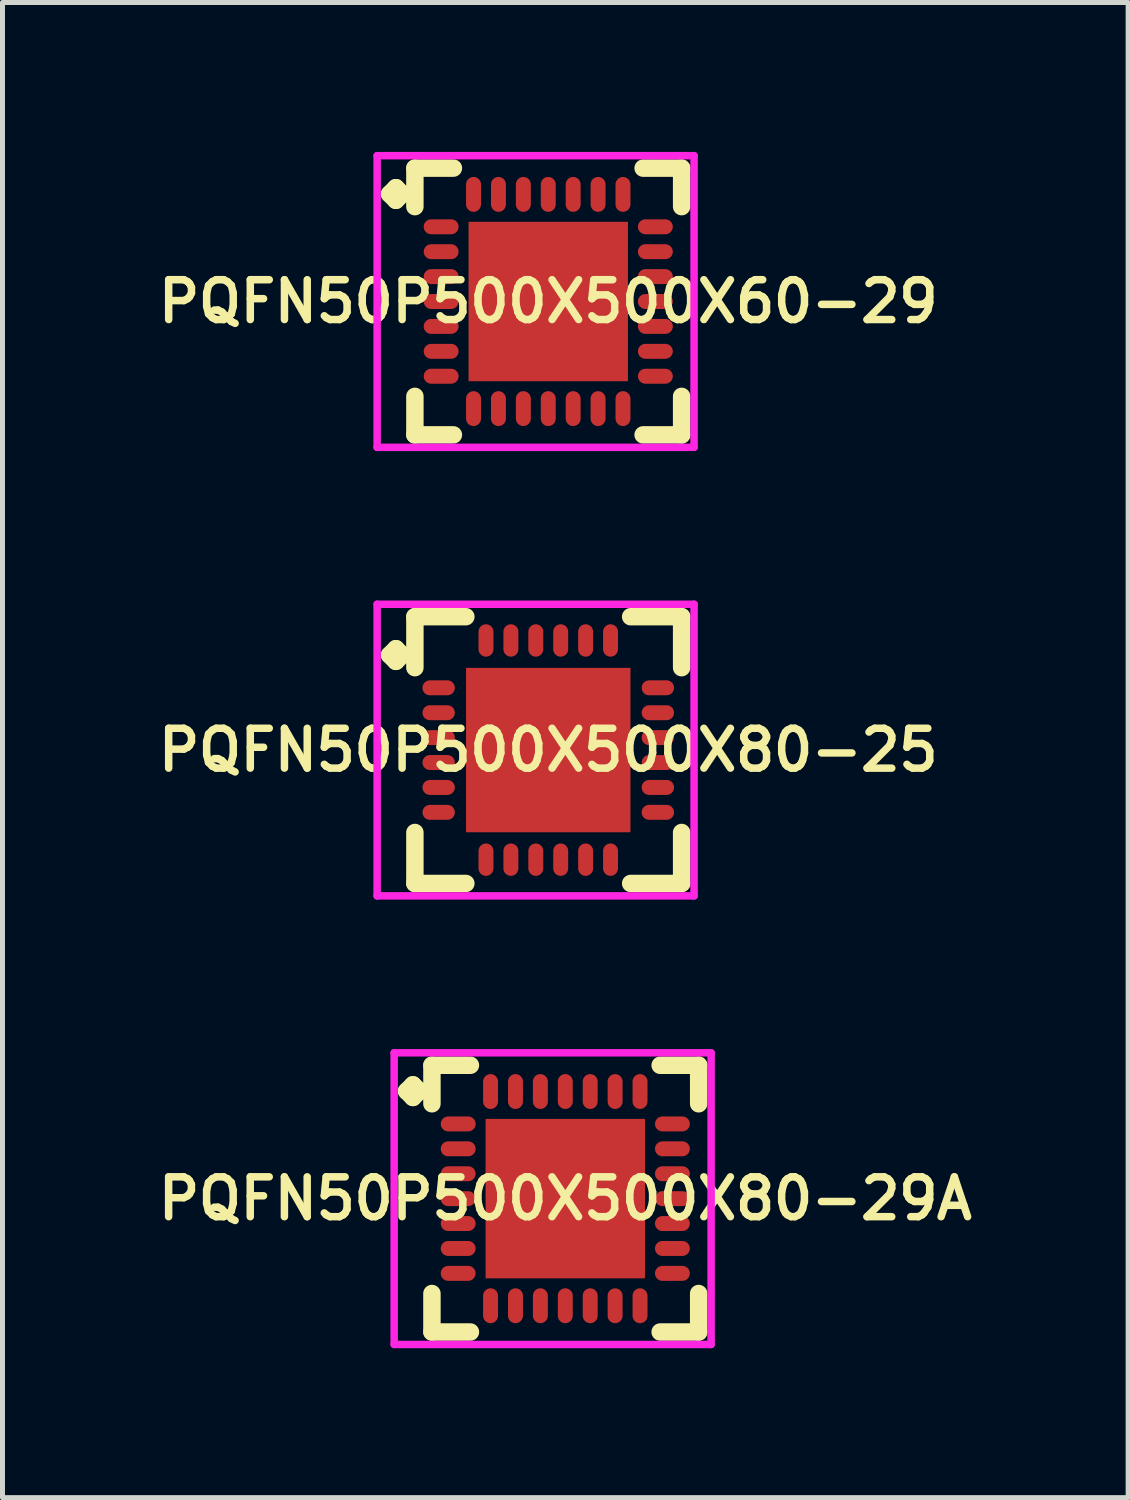
<source format=kicad_pcb>
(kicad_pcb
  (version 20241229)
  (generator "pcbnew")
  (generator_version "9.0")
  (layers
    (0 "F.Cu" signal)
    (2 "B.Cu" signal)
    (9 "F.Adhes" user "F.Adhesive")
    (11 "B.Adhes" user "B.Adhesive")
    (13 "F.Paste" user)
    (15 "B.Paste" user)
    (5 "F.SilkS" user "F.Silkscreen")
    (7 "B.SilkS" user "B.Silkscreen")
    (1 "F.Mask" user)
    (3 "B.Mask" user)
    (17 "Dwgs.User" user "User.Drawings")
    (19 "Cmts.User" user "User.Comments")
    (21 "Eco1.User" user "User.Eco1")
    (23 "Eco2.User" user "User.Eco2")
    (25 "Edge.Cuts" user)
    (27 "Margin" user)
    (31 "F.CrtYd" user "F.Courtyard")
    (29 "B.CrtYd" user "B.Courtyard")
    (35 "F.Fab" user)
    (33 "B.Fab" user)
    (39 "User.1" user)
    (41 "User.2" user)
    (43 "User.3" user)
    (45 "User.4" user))
  (footprint "PQFN50P500X500X80-29A"
    (layer "F.Cu")
    (at 8.297 21.01)
    (property "Reference" "PQFN50P500X500X80-29A" (at 0 0 0) (layer "F.SilkS") (effects (font (size 0.8 0.8) (thickness 0.15))))
    (attr smd)
    (fp_line (start -3.185 -2.158) (end -3.058 -2.285) (stroke (width 0.35) (type solid)) (layer "F.SilkS"))
    (fp_line (start -3.058 -2.285) (end -2.931 -2.158) (stroke (width 0.35) (type solid)) (layer "F.SilkS"))
    (fp_line (start -3.058 -2.031) (end -3.185 -2.158) (stroke (width 0.35) (type solid)) (layer "F.SilkS"))
    (fp_line (start -2.931 -2.158) (end -3.058 -2.031) (stroke (width 0.35) (type solid)) (layer "F.SilkS"))
    (fp_line (start -2.677 -2.677) (end -1.904 -2.677) (stroke (width 0.35) (type solid)) (layer "F.SilkS"))
    (fp_line (start -2.677 -1.904) (end -2.677 -2.677) (stroke (width 0.35) (type solid)) (layer "F.SilkS"))
    (fp_line (start -2.677 1.904) (end -2.677 2.677) (stroke (width 0.35) (type solid)) (layer "F.SilkS"))
    (fp_line (start -2.677 2.677) (end -1.904 2.677) (stroke (width 0.35) (type solid)) (layer "F.SilkS"))
    (fp_line (start 1.904 -2.677) (end 2.677 -2.677) (stroke (width 0.35) (type solid)) (layer "F.SilkS"))
    (fp_line (start 1.904 2.677) (end 2.677 2.677) (stroke (width 0.35) (type solid)) (layer "F.SilkS"))
    (fp_line (start 2.677 -2.677) (end 2.677 -1.904) (stroke (width 0.35) (type solid)) (layer "F.SilkS"))
    (fp_line (start 2.677 2.677) (end 2.677 1.904) (stroke (width 0.35) (type solid)) (layer "F.SilkS"))
    (fp_line (start -3.435 -2.927) (end 2.927 -2.927) (stroke (width 0.15) (type solid)) (layer "F.CrtYd"))
    (fp_line (start -3.435 2.927) (end -3.435 -2.927) (stroke (width 0.15) (type solid)) (layer "F.CrtYd"))
    (fp_line (start 2.927 -2.927) (end 2.927 2.927) (stroke (width 0.15) (type solid)) (layer "F.CrtYd"))
    (fp_line (start 2.927 2.927) (end -3.435 2.927) (stroke (width 0.15) (type solid)) (layer "F.CrtYd"))
    (pad "1" smd oval (at -2.15 -1.5) (size 0.7 0.3) (layers "F.Cu" "F.Mask" "F.Paste"))
    (pad "2" smd oval (at -2.15 -1) (size 0.7 0.3) (layers "F.Cu" "F.Mask" "F.Paste"))
    (pad "3" smd oval (at -2.15 -0.5) (size 0.7 0.3) (layers "F.Cu" "F.Mask" "F.Paste"))
    (pad "4" smd oval (at -2.15 0) (size 0.7 0.3) (layers "F.Cu" "F.Mask" "F.Paste"))
    (pad "5" smd oval (at -2.15 0.5) (size 0.7 0.3) (layers "F.Cu" "F.Mask" "F.Paste"))
    (pad "6" smd oval (at -2.15 1) (size 0.7 0.3) (layers "F.Cu" "F.Mask" "F.Paste"))
    (pad "7" smd oval (at -2.15 1.5) (size 0.7 0.3) (layers "F.Cu" "F.Mask" "F.Paste"))
    (pad "8" smd oval (at -1.5 2.15) (size 0.3 0.7) (layers "F.Cu" "F.Mask" "F.Paste"))
    (pad "9" smd oval (at -1 2.15) (size 0.3 0.7) (layers "F.Cu" "F.Mask" "F.Paste"))
    (pad "10" smd oval (at -0.5 2.15) (size 0.3 0.7) (layers "F.Cu" "F.Mask" "F.Paste"))
    (pad "11" smd oval (at 0 2.15) (size 0.3 0.7) (layers "F.Cu" "F.Mask" "F.Paste"))
    (pad "12" smd oval (at 0.5 2.15) (size 0.3 0.7) (layers "F.Cu" "F.Mask" "F.Paste"))
    (pad "13" smd oval (at 1 2.15) (size 0.3 0.7) (layers "F.Cu" "F.Mask" "F.Paste"))
    (pad "14" smd oval (at 1.5 2.15) (size 0.3 0.7) (layers "F.Cu" "F.Mask" "F.Paste"))
    (pad "15" smd oval (at 2.15 1.5) (size 0.7 0.3) (layers "F.Cu" "F.Mask" "F.Paste"))
    (pad "16" smd oval (at 2.15 1) (size 0.7 0.3) (layers "F.Cu" "F.Mask" "F.Paste"))
    (pad "17" smd oval (at 2.15 0.5) (size 0.7 0.3) (layers "F.Cu" "F.Mask" "F.Paste"))
    (pad "18" smd oval (at 2.15 0) (size 0.7 0.3) (layers "F.Cu" "F.Mask" "F.Paste"))
    (pad "19" smd oval (at 2.15 -0.5) (size 0.7 0.3) (layers "F.Cu" "F.Mask" "F.Paste"))
    (pad "20" smd oval (at 2.15 -1) (size 0.7 0.3) (layers "F.Cu" "F.Mask" "F.Paste"))
    (pad "21" smd oval (at 2.15 -1.5) (size 0.7 0.3) (layers "F.Cu" "F.Mask" "F.Paste"))
    (pad "22" smd oval (at 1.5 -2.15) (size 0.3 0.7) (layers "F.Cu" "F.Mask" "F.Paste"))
    (pad "23" smd oval (at 1 -2.15) (size 0.3 0.7) (layers "F.Cu" "F.Mask" "F.Paste"))
    (pad "24" smd oval (at 0.5 -2.15) (size 0.3 0.7) (layers "F.Cu" "F.Mask" "F.Paste"))
    (pad "25" smd oval (at 0 -2.15) (size 0.3 0.7) (layers "F.Cu" "F.Mask" "F.Paste"))
    (pad "26" smd oval (at -0.5 -2.15) (size 0.3 0.7) (layers "F.Cu" "F.Mask" "F.Paste"))
    (pad "27" smd oval (at -1 -2.15) (size 0.3 0.7) (layers "F.Cu" "F.Mask" "F.Paste"))
    (pad "28" smd oval (at -1.5 -2.15) (size 0.3 0.7) (layers "F.Cu" "F.Mask" "F.Paste"))
    (pad "29" smd rect (at 0 0) (size 3.2 3.2) (layers "F.Cu" "F.Mask" "F.Paste")))
  (footprint "PQFN50P500X500X80-25"
    (layer "F.Cu")
    (at 7.955 12.006)
    (property "Reference" "PQFN50P500X500X80-25" (at 0 0 0) (layer "F.SilkS") (effects (font (size 0.8 0.8) (thickness 0.15))))
    (attr smd)
    (fp_line (start -3.185 -1.908) (end -3.058 -2.035) (stroke (width 0.35) (type solid)) (layer "F.SilkS"))
    (fp_line (start -3.058 -2.035) (end -2.931 -1.908) (stroke (width 0.35) (type solid)) (layer "F.SilkS"))
    (fp_line (start -3.058 -1.781) (end -3.185 -1.908) (stroke (width 0.35) (type solid)) (layer "F.SilkS"))
    (fp_line (start -2.931 -1.908) (end -3.058 -1.781) (stroke (width 0.35) (type solid)) (layer "F.SilkS"))
    (fp_line (start -2.677 -2.677) (end -1.654 -2.677) (stroke (width 0.35) (type solid)) (layer "F.SilkS"))
    (fp_line (start -2.677 -1.654) (end -2.677 -2.677) (stroke (width 0.35) (type solid)) (layer "F.SilkS"))
    (fp_line (start -2.677 1.654) (end -2.677 2.677) (stroke (width 0.35) (type solid)) (layer "F.SilkS"))
    (fp_line (start -2.677 2.677) (end -1.654 2.677) (stroke (width 0.35) (type solid)) (layer "F.SilkS"))
    (fp_line (start 1.654 -2.677) (end 2.677 -2.677) (stroke (width 0.35) (type solid)) (layer "F.SilkS"))
    (fp_line (start 1.654 2.677) (end 2.677 2.677) (stroke (width 0.35) (type solid)) (layer "F.SilkS"))
    (fp_line (start 2.677 -2.677) (end 2.677 -1.654) (stroke (width 0.35) (type solid)) (layer "F.SilkS"))
    (fp_line (start 2.677 2.677) (end 2.677 1.654) (stroke (width 0.35) (type solid)) (layer "F.SilkS"))
    (fp_line (start -3.435 -2.927) (end 2.927 -2.927) (stroke (width 0.15) (type solid)) (layer "F.CrtYd"))
    (fp_line (start -3.435 2.927) (end -3.435 -2.927) (stroke (width 0.15) (type solid)) (layer "F.CrtYd"))
    (fp_line (start 2.927 -2.927) (end 2.927 2.927) (stroke (width 0.15) (type solid)) (layer "F.CrtYd"))
    (fp_line (start 2.927 2.927) (end -3.435 2.927) (stroke (width 0.15) (type solid)) (layer "F.CrtYd"))
    (pad "1" smd oval (at -2.2 -1.25) (size 0.65 0.3) (layers "F.Cu" "F.Mask" "F.Paste"))
    (pad "2" smd oval (at -2.2 -0.75) (size 0.65 0.3) (layers "F.Cu" "F.Mask" "F.Paste"))
    (pad "3" smd oval (at -2.2 -0.25) (size 0.65 0.3) (layers "F.Cu" "F.Mask" "F.Paste"))
    (pad "4" smd oval (at -2.2 0.25) (size 0.65 0.3) (layers "F.Cu" "F.Mask" "F.Paste"))
    (pad "5" smd oval (at -2.2 0.75) (size 0.65 0.3) (layers "F.Cu" "F.Mask" "F.Paste"))
    (pad "6" smd oval (at -2.2 1.25) (size 0.65 0.3) (layers "F.Cu" "F.Mask" "F.Paste"))
    (pad "7" smd oval (at -1.25 2.2) (size 0.3 0.65) (layers "F.Cu" "F.Mask" "F.Paste"))
    (pad "8" smd oval (at -0.75 2.2) (size 0.3 0.65) (layers "F.Cu" "F.Mask" "F.Paste"))
    (pad "9" smd oval (at -0.25 2.2) (size 0.3 0.65) (layers "F.Cu" "F.Mask" "F.Paste"))
    (pad "10" smd oval (at 0.25 2.2) (size 0.3 0.65) (layers "F.Cu" "F.Mask" "F.Paste"))
    (pad "11" smd oval (at 0.75 2.2) (size 0.3 0.65) (layers "F.Cu" "F.Mask" "F.Paste"))
    (pad "12" smd oval (at 1.25 2.2) (size 0.3 0.65) (layers "F.Cu" "F.Mask" "F.Paste"))
    (pad "13" smd oval (at 2.2 1.25) (size 0.65 0.3) (layers "F.Cu" "F.Mask" "F.Paste"))
    (pad "14" smd oval (at 2.2 0.75) (size 0.65 0.3) (layers "F.Cu" "F.Mask" "F.Paste"))
    (pad "15" smd oval (at 2.2 0.25) (size 0.65 0.3) (layers "F.Cu" "F.Mask" "F.Paste"))
    (pad "16" smd oval (at 2.2 -0.25) (size 0.65 0.3) (layers "F.Cu" "F.Mask" "F.Paste"))
    (pad "17" smd oval (at 2.2 -0.75) (size 0.65 0.3) (layers "F.Cu" "F.Mask" "F.Paste"))
    (pad "18" smd oval (at 2.2 -1.25) (size 0.65 0.3) (layers "F.Cu" "F.Mask" "F.Paste"))
    (pad "19" smd oval (at 1.25 -2.2) (size 0.3 0.65) (layers "F.Cu" "F.Mask" "F.Paste"))
    (pad "20" smd oval (at 0.75 -2.2) (size 0.3 0.65) (layers "F.Cu" "F.Mask" "F.Paste"))
    (pad "21" smd oval (at 0.25 -2.2) (size 0.3 0.65) (layers "F.Cu" "F.Mask" "F.Paste"))
    (pad "22" smd oval (at -0.25 -2.2) (size 0.3 0.65) (layers "F.Cu" "F.Mask" "F.Paste"))
    (pad "23" smd oval (at -0.75 -2.2) (size 0.3 0.65) (layers "F.Cu" "F.Mask" "F.Paste"))
    (pad "24" smd oval (at -1.25 -2.2) (size 0.3 0.65) (layers "F.Cu" "F.Mask" "F.Paste"))
    (pad "25" smd rect (at 0 0) (size 3.3 3.3) (layers "F.Cu" "F.Mask" "F.Paste")))
  (footprint "PQFN50P500X500X60-29"
    (layer "F.Cu")
    (at 7.955 3.002)
    (property "Reference" "PQFN50P500X500X60-29" (at 0 0 0) (layer "F.SilkS") (effects (font (size 0.8 0.8) (thickness 0.15))))
    (attr smd)
    (fp_line (start -3.185 -2.158) (end -3.058 -2.285) (stroke (width 0.35) (type solid)) (layer "F.SilkS"))
    (fp_line (start -3.058 -2.285) (end -2.931 -2.158) (stroke (width 0.35) (type solid)) (layer "F.SilkS"))
    (fp_line (start -3.058 -2.031) (end -3.185 -2.158) (stroke (width 0.35) (type solid)) (layer "F.SilkS"))
    (fp_line (start -2.931 -2.158) (end -3.058 -2.031) (stroke (width 0.35) (type solid)) (layer "F.SilkS"))
    (fp_line (start -2.677 -2.677) (end -1.904 -2.677) (stroke (width 0.35) (type solid)) (layer "F.SilkS"))
    (fp_line (start -2.677 -1.904) (end -2.677 -2.677) (stroke (width 0.35) (type solid)) (layer "F.SilkS"))
    (fp_line (start -2.677 1.904) (end -2.677 2.677) (stroke (width 0.35) (type solid)) (layer "F.SilkS"))
    (fp_line (start -2.677 2.677) (end -1.904 2.677) (stroke (width 0.35) (type solid)) (layer "F.SilkS"))
    (fp_line (start 1.904 -2.677) (end 2.677 -2.677) (stroke (width 0.35) (type solid)) (layer "F.SilkS"))
    (fp_line (start 1.904 2.677) (end 2.677 2.677) (stroke (width 0.35) (type solid)) (layer "F.SilkS"))
    (fp_line (start 2.677 -2.677) (end 2.677 -1.904) (stroke (width 0.35) (type solid)) (layer "F.SilkS"))
    (fp_line (start 2.677 2.677) (end 2.677 1.904) (stroke (width 0.35) (type solid)) (layer "F.SilkS"))
    (fp_line (start -3.435 -2.927) (end 2.927 -2.927) (stroke (width 0.15) (type solid)) (layer "F.CrtYd"))
    (fp_line (start -3.435 2.927) (end -3.435 -2.927) (stroke (width 0.15) (type solid)) (layer "F.CrtYd"))
    (fp_line (start 2.927 -2.927) (end 2.927 2.927) (stroke (width 0.15) (type solid)) (layer "F.CrtYd"))
    (fp_line (start 2.927 2.927) (end -3.435 2.927) (stroke (width 0.15) (type solid)) (layer "F.CrtYd"))
    (pad "1" smd oval (at -2.15 -1.5) (size 0.7 0.3) (layers "F.Cu" "F.Mask" "F.Paste"))
    (pad "2" smd oval (at -2.15 -1) (size 0.7 0.3) (layers "F.Cu" "F.Mask" "F.Paste"))
    (pad "3" smd oval (at -2.15 -0.5) (size 0.7 0.3) (layers "F.Cu" "F.Mask" "F.Paste"))
    (pad "4" smd oval (at -2.15 0) (size 0.7 0.3) (layers "F.Cu" "F.Mask" "F.Paste"))
    (pad "5" smd oval (at -2.15 0.5) (size 0.7 0.3) (layers "F.Cu" "F.Mask" "F.Paste"))
    (pad "6" smd oval (at -2.15 1) (size 0.7 0.3) (layers "F.Cu" "F.Mask" "F.Paste"))
    (pad "7" smd oval (at -2.15 1.5) (size 0.7 0.3) (layers "F.Cu" "F.Mask" "F.Paste"))
    (pad "8" smd oval (at -1.5 2.15) (size 0.3 0.7) (layers "F.Cu" "F.Mask" "F.Paste"))
    (pad "9" smd oval (at -1 2.15) (size 0.3 0.7) (layers "F.Cu" "F.Mask" "F.Paste"))
    (pad "10" smd oval (at -0.5 2.15) (size 0.3 0.7) (layers "F.Cu" "F.Mask" "F.Paste"))
    (pad "11" smd oval (at 0 2.15) (size 0.3 0.7) (layers "F.Cu" "F.Mask" "F.Paste"))
    (pad "12" smd oval (at 0.5 2.15) (size 0.3 0.7) (layers "F.Cu" "F.Mask" "F.Paste"))
    (pad "13" smd oval (at 1 2.15) (size 0.3 0.7) (layers "F.Cu" "F.Mask" "F.Paste"))
    (pad "14" smd oval (at 1.5 2.15) (size 0.3 0.7) (layers "F.Cu" "F.Mask" "F.Paste"))
    (pad "15" smd oval (at 2.15 1.5) (size 0.7 0.3) (layers "F.Cu" "F.Mask" "F.Paste"))
    (pad "16" smd oval (at 2.15 1) (size 0.7 0.3) (layers "F.Cu" "F.Mask" "F.Paste"))
    (pad "17" smd oval (at 2.15 0.5) (size 0.7 0.3) (layers "F.Cu" "F.Mask" "F.Paste"))
    (pad "18" smd oval (at 2.15 0) (size 0.7 0.3) (layers "F.Cu" "F.Mask" "F.Paste"))
    (pad "19" smd oval (at 2.15 -0.5) (size 0.7 0.3) (layers "F.Cu" "F.Mask" "F.Paste"))
    (pad "20" smd oval (at 2.15 -1) (size 0.7 0.3) (layers "F.Cu" "F.Mask" "F.Paste"))
    (pad "21" smd oval (at 2.15 -1.5) (size 0.7 0.3) (layers "F.Cu" "F.Mask" "F.Paste"))
    (pad "22" smd oval (at 1.5 -2.15) (size 0.3 0.7) (layers "F.Cu" "F.Mask" "F.Paste"))
    (pad "23" smd oval (at 1 -2.15) (size 0.3 0.7) (layers "F.Cu" "F.Mask" "F.Paste"))
    (pad "24" smd oval (at 0.5 -2.15) (size 0.3 0.7) (layers "F.Cu" "F.Mask" "F.Paste"))
    (pad "25" smd oval (at 0 -2.15) (size 0.3 0.7) (layers "F.Cu" "F.Mask" "F.Paste"))
    (pad "26" smd oval (at -0.5 -2.15) (size 0.3 0.7) (layers "F.Cu" "F.Mask" "F.Paste"))
    (pad "27" smd oval (at -1 -2.15) (size 0.3 0.7) (layers "F.Cu" "F.Mask" "F.Paste"))
    (pad "28" smd oval (at -1.5 -2.15) (size 0.3 0.7) (layers "F.Cu" "F.Mask" "F.Paste"))
    (pad "29" smd rect (at 0 0) (size 3.2 3.2) (layers "F.Cu" "F.Mask" "F.Paste")))
  (gr_rect
    (start -3 -3)
    (end 19.595 27.012)
    (stroke (width 0.1) (type default))
    (fill no)
    (layer "Edge.Cuts")))
</source>
